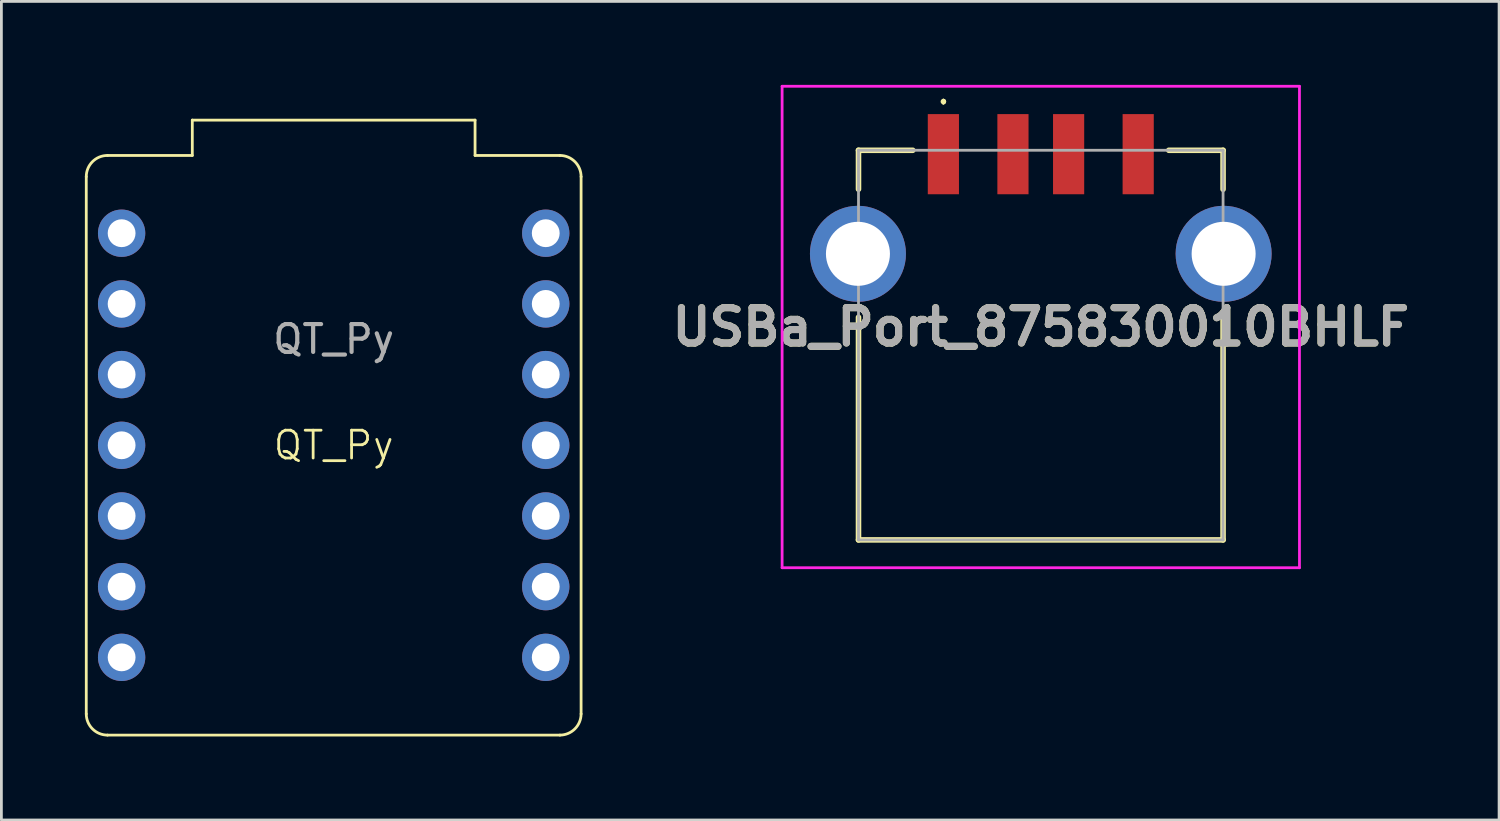
<source format=kicad_pcb>
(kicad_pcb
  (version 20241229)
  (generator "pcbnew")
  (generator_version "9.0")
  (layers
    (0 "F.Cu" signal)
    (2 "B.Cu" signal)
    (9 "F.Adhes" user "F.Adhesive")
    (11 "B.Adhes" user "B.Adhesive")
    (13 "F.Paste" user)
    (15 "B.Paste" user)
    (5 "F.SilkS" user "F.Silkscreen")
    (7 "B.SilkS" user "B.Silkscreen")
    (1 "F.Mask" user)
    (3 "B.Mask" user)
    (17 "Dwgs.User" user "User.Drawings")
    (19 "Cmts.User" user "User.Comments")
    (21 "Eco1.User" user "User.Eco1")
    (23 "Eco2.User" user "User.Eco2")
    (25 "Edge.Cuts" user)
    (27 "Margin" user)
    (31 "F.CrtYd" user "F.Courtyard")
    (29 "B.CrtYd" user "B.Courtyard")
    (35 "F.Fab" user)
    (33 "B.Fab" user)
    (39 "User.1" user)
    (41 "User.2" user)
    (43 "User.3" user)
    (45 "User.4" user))
  (footprint "QT_Py"
    (layer "F.Cu")
    (at 8.94 0.25)
    (property "Reference" "QT_Py" (at 0 12.7 0) (unlocked yes) (layer "F.SilkS") (effects (font (size 1 1) (thickness 0.1))))
    (attr through_hole)
    (fp_line (start -8.89 3.048) (end -8.89 22.352) (stroke (width 0.1) (type default)) (layer "F.SilkS"))
    (fp_line (start -8.128 23.114) (end 8.128 23.114) (stroke (width 0.1) (type default)) (layer "F.SilkS"))
    (fp_line (start -5.08 1.016) (end 5.08 1.016) (stroke (width 0.1) (type default)) (layer "F.SilkS"))
    (fp_line (start -5.08 2.286) (end -8.128 2.286) (stroke (width 0.1) (type default)) (layer "F.SilkS"))
    (fp_line (start -5.08 2.286) (end -5.08 1.016) (stroke (width 0.1) (type default)) (layer "F.SilkS"))
    (fp_line (start 5.08 1.016) (end 5.08 2.286) (stroke (width 0.1) (type default)) (layer "F.SilkS"))
    (fp_line (start 8.128 2.286) (end 5.08 2.286) (stroke (width 0.1) (type default)) (layer "F.SilkS"))
    (fp_line (start 8.89 22.352) (end 8.89 3.048) (stroke (width 0.1) (type default)) (layer "F.SilkS"))
    (fp_arc (start -8.89 3.048) (mid -8.666815 2.509185) (end -8.128 2.286) (stroke (width 0.1) (type default)) (layer "F.SilkS"))
    (fp_arc (start -8.128 23.114) (mid -8.666815 22.890815) (end -8.89 22.352) (stroke (width 0.1) (type default)) (layer "F.SilkS"))
    (fp_arc (start 8.128 2.286) (mid 8.666815 2.509185) (end 8.89 3.048) (stroke (width 0.1) (type default)) (layer "F.SilkS"))
    (fp_arc (start 8.89 22.352) (mid 8.666815 22.890815) (end 8.128 23.114) (stroke (width 0.1) (type default)) (layer "F.SilkS"))
    (fp_text user "${REFERENCE}" (at 0 8.89 0) (unlocked yes) (layer "F.Fab") (effects (font (size 1 1) (thickness 0.15))))
    (pad "3.3V" thru_hole circle (at 7.62 10.16) (size 1.7 1.7) (drill 1) (layers "*.Cu" "*.Mask"))
    (pad "5V" thru_hole circle (at 7.62 5.08) (size 1.7 1.7) (drill 1) (layers "*.Cu" "*.Mask"))
    (pad "A0" thru_hole circle (at -7.62 5.08) (size 1.7 1.7) (drill 1) (layers "*.Cu" "*.Mask"))
    (pad "A1" thru_hole circle (at -7.62 7.62) (size 1.7 1.7) (drill 1) (layers "*.Cu" "*.Mask"))
    (pad "A2" thru_hole circle (at -7.62 10.16) (size 1.7 1.7) (drill 1) (layers "*.Cu" "*.Mask"))
    (pad "A3" thru_hole circle (at -7.62 12.7) (size 1.7 1.7) (drill 1) (layers "*.Cu" "*.Mask"))
    (pad "GND" thru_hole circle (at 7.62 7.62) (size 1.7 1.7) (drill 1) (layers "*.Cu" "*.Mask"))
    (pad "MISO" thru_hole circle (at 7.62 15.24) (size 1.7 1.7) (drill 1) (layers "*.Cu" "*.Mask"))
    (pad "MOSI" thru_hole circle (at 7.62 12.7) (size 1.7 1.7) (drill 1) (layers "*.Cu" "*.Mask"))
    (pad "RX" thru_hole circle (at 7.62 20.32) (size 1.7 1.7) (drill 1) (layers "*.Cu" "*.Mask"))
    (pad "SCK" thru_hole circle (at 7.62 17.78) (size 1.7 1.7) (drill 1) (layers "*.Cu" "*.Mask"))
    (pad "SCL" thru_hole circle (at -7.62 17.78) (size 1.7 1.7) (drill 1) (layers "*.Cu" "*.Mask"))
    (pad "SDA" thru_hole circle (at -7.62 15.24) (size 1.7 1.7) (drill 1) (layers "*.Cu" "*.Mask"))
    (pad "TX" thru_hole circle (at -7.62 20.32) (size 1.7 1.7) (drill 1) (layers "*.Cu" "*.Mask")))
  (footprint "USBa_Port_875830010BHLF"
    (layer "F.Cu")
    (at 34.348 9.35)
    (property "Reference" "USBa_Port_875830010BHLF" (at 0 -0.65 0) (layer "F.SilkS") (effects (font (size 1.27 1.27) (thickness 0.254))))
    (attr through_hole)
    (fp_line (start -6.55 -7) (end -6.55 -5.6) (stroke (width 0.2) (type solid)) (layer "F.SilkS"))
    (fp_line (start -6.55 -1) (end -6.55 7) (stroke (width 0.2) (type solid)) (layer "F.SilkS"))
    (fp_line (start -6.55 7) (end 6.55 7) (stroke (width 0.2) (type solid)) (layer "F.SilkS"))
    (fp_line (start -4.6 -7) (end -6.55 -7) (stroke (width 0.2) (type solid)) (layer "F.SilkS"))
    (fp_line (start -3.5 -8.8) (end -3.5 -8.8) (stroke (width 0.1) (type solid)) (layer "F.SilkS"))
    (fp_line (start -3.5 -8.7) (end -3.5 -8.7) (stroke (width 0.1) (type solid)) (layer "F.SilkS"))
    (fp_line (start -3.5 -8.7) (end -3.5 -8.7) (stroke (width 0.1) (type solid)) (layer "F.SilkS"))
    (fp_line (start 6.55 -7) (end 4.6 -7) (stroke (width 0.2) (type solid)) (layer "F.SilkS"))
    (fp_line (start 6.55 -5.6) (end 6.55 -7) (stroke (width 0.2) (type solid)) (layer "F.SilkS"))
    (fp_line (start 6.55 7) (end 6.55 -1) (stroke (width 0.2) (type solid)) (layer "F.SilkS"))
    (fp_arc (start -3.5 -8.8) (mid -3.45 -8.75) (end -3.5 -8.7) (stroke (width 0.1) (type solid)) (layer "F.SilkS"))
    (fp_arc (start -3.5 -8.8) (mid -3.45 -8.75) (end -3.5 -8.7) (stroke (width 0.1) (type solid)) (layer "F.SilkS"))
    (fp_arc (start -3.5 -8.7) (mid -3.55 -8.75) (end -3.5 -8.8) (stroke (width 0.1) (type solid)) (layer "F.SilkS"))
    (fp_line (start -9.295 -9.3) (end 9.295 -9.3) (stroke (width 0.1) (type solid)) (layer "F.CrtYd"))
    (fp_line (start -9.295 8) (end -9.295 -9.3) (stroke (width 0.1) (type solid)) (layer "F.CrtYd"))
    (fp_line (start 9.295 -9.3) (end 9.295 8) (stroke (width 0.1) (type solid)) (layer "F.CrtYd"))
    (fp_line (start 9.295 8) (end -9.295 8) (stroke (width 0.1) (type solid)) (layer "F.CrtYd"))
    (fp_line (start -6.55 -7) (end -6.55 7) (stroke (width 0.1) (type solid)) (layer "F.Fab"))
    (fp_line (start -6.55 7) (end 6.55 7) (stroke (width 0.1) (type solid)) (layer "F.Fab"))
    (fp_line (start 6.55 -7) (end -6.55 -7) (stroke (width 0.1) (type solid)) (layer "F.Fab"))
    (fp_line (start 6.55 7) (end 6.55 -7) (stroke (width 0.1) (type solid)) (layer "F.Fab"))
    (fp_text user "${REFERENCE}" (at 0 -0.65 0) (layer "F.Fab") (effects (font (size 1.27 1.27) (thickness 0.254))))
    (pad "1" smd rect (at -3.5 -6.86) (size 1.12 2.88) (layers "F.Cu" "F.Mask" "F.Paste"))
    (pad "2" smd rect (at -1 -6.86) (size 1.12 2.88) (layers "F.Cu" "F.Mask" "F.Paste"))
    (pad "3" smd rect (at 1 -6.86) (size 1.12 2.88) (layers "F.Cu" "F.Mask" "F.Paste"))
    (pad "4" smd rect (at 3.5 -6.86) (size 1.12 2.88) (layers "F.Cu" "F.Mask" "F.Paste"))
    (pad "5" thru_hole circle (at -6.57 -3.28) (size 3.45 3.45) (drill 2.3) (layers "*.Cu" "*.Mask"))
    (pad "6" thru_hole circle (at 6.57 -3.28) (size 3.45 3.45) (drill 2.3) (layers "*.Cu" "*.Mask")))
  (gr_rect
    (start -3 -3)
    (end 50.816 26.414)
    (stroke (width 0.1) (type default))
    (fill no)
    (layer "Edge.Cuts")))
</source>
